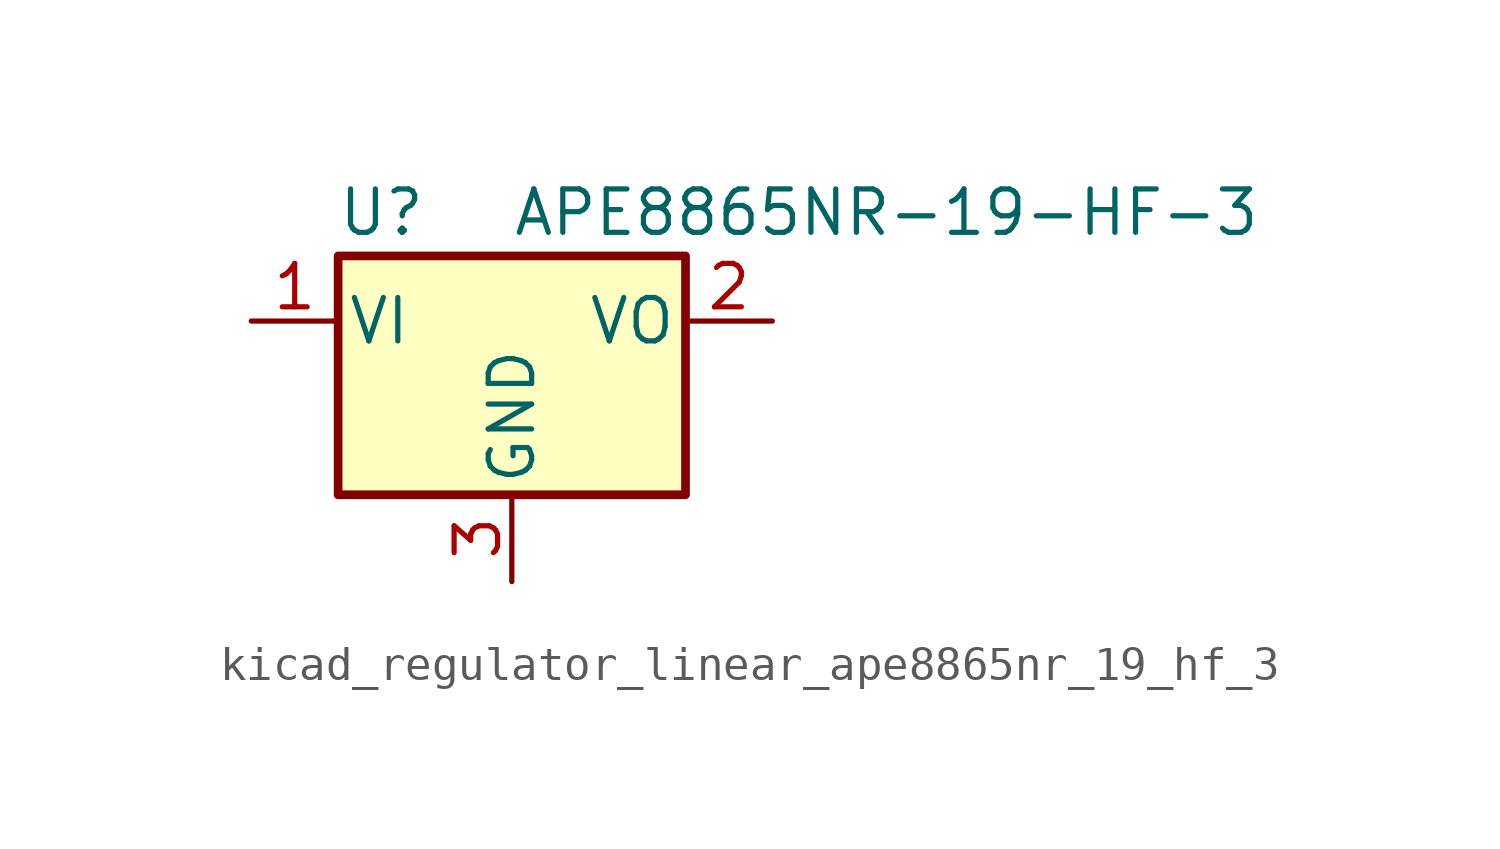
<source format=kicad_sym>
(kicad_symbol_lib
  (version 20220914)
  (generator kicad_symbol_editor)
  (symbol "kicad_regulator_linear_ape8865nr_19_hf_3"
    (pin_names
      (offset 0.254))
    (property "Reference" "U"
      (at -3.81 3.175 0)
      (effects (font (size 1.27 1.27))))
    (property "Value" "APE8865NR-19-HF-3"
      (at 0 3.175 0)
      (effects (font (size 1.27 1.27)) (justify left)))
    (symbol "kicad_regulator_linear_ape8865nr_19_hf_3_0_1"
      (rectangle (start -5.08 1.905) (end 5.08 -5.08) (stroke (width 0.254) (type default)) (fill (type background))))
    (symbol "kicad_regulator_linear_ape8865nr_19_hf_3_1_1"
      (pin power_in line (at -7.62 0 0) (length 2.54) (name "VI" (effects (font (size 1.27 1.27)))) (number "1" (effects (font (size 1.27 1.27)))))
      (pin power_out line (at 7.62 0 180) (length 2.54) (name "VO" (effects (font (size 1.27 1.27)))) (number "2" (effects (font (size 1.27 1.27)))))
      (pin power_in line (at 0 -7.62 90) (length 2.54) (name "GND" (effects (font (size 1.27 1.27)))) (number "3" (effects (font (size 1.27 1.27))))))))
</source>
